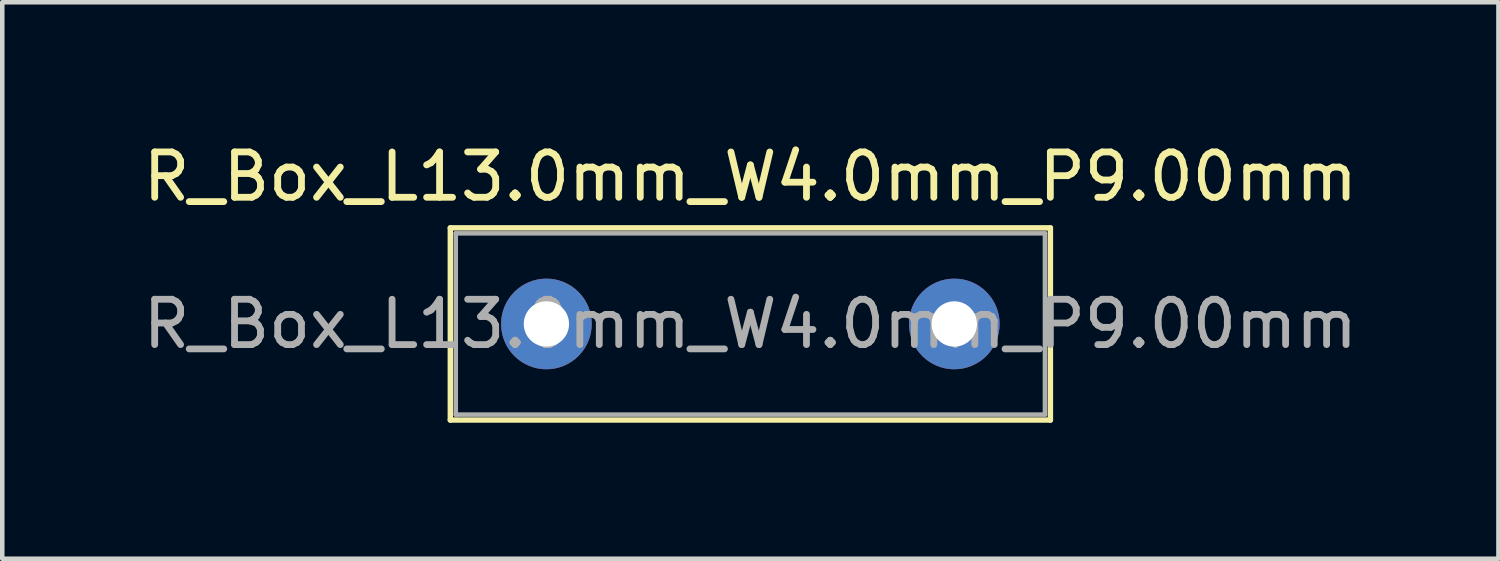
<source format=kicad_pcb>
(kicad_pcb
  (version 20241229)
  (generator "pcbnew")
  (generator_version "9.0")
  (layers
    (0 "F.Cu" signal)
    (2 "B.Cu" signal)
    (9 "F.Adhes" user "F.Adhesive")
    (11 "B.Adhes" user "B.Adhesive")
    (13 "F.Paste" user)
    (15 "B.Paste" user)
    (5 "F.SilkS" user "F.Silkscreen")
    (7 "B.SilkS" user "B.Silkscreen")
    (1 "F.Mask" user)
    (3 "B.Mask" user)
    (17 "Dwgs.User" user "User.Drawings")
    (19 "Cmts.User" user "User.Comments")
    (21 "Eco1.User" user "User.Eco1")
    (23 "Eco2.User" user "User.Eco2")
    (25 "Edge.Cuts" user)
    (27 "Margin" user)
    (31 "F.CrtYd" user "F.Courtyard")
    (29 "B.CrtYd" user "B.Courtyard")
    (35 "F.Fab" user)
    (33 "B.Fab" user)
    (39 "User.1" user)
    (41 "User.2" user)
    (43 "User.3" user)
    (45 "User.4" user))
  (footprint "R_Box_L13.0mm_W4.0mm_P9.00mm"
    (layer "F.Cu")
    (at 9.006 4.098)
    (property "Reference" "R_Box_L13.0mm_W4.0mm_P9.00mm" (at 4.5 -3.25 180) (layer "F.SilkS") (effects (font (size 1 1) (thickness 0.15))))
    (attr through_hole)
    (fp_line (start -2.12 -2.12) (end -2.12 2.12) (stroke (width 0.12) (type solid)) (layer "F.SilkS"))
    (fp_line (start -2.12 -2.12) (end 11.12 -2.12) (stroke (width 0.12) (type solid)) (layer "F.SilkS"))
    (fp_line (start -2.12 2.12) (end 11.12 2.12) (stroke (width 0.12) (type solid)) (layer "F.SilkS"))
    (fp_line (start 11.12 -2.12) (end 11.12 2.12) (stroke (width 0.12) (type solid)) (layer "F.SilkS"))
    (fp_line (start -2 -2) (end -2 2) (stroke (width 0.1) (type solid)) (layer "F.Fab"))
    (fp_line (start -2 2) (end 11 2) (stroke (width 0.1) (type solid)) (layer "F.Fab"))
    (fp_line (start 11 -2) (end -2 -2) (stroke (width 0.1) (type solid)) (layer "F.Fab"))
    (fp_line (start 11 2) (end 11 -2) (stroke (width 0.1) (type solid)) (layer "F.Fab"))
    (fp_text user "${REFERENCE}" (at 4.5 0 180) (layer "F.Fab") (effects (font (size 1 1) (thickness 0.15))))
    (pad "1" thru_hole circle (at 0 0) (size 2 2) (drill 1) (layers "*.Cu" "*.Mask"))
    (pad "2" thru_hole circle (at 9 0) (size 2 2) (drill 1) (layers "*.Cu" "*.Mask")))
  (gr_rect
    (start -3 -3)
    (end 30.012 9.278)
    (stroke (width 0.1) (type default))
    (fill no)
    (layer "Edge.Cuts")))
</source>
